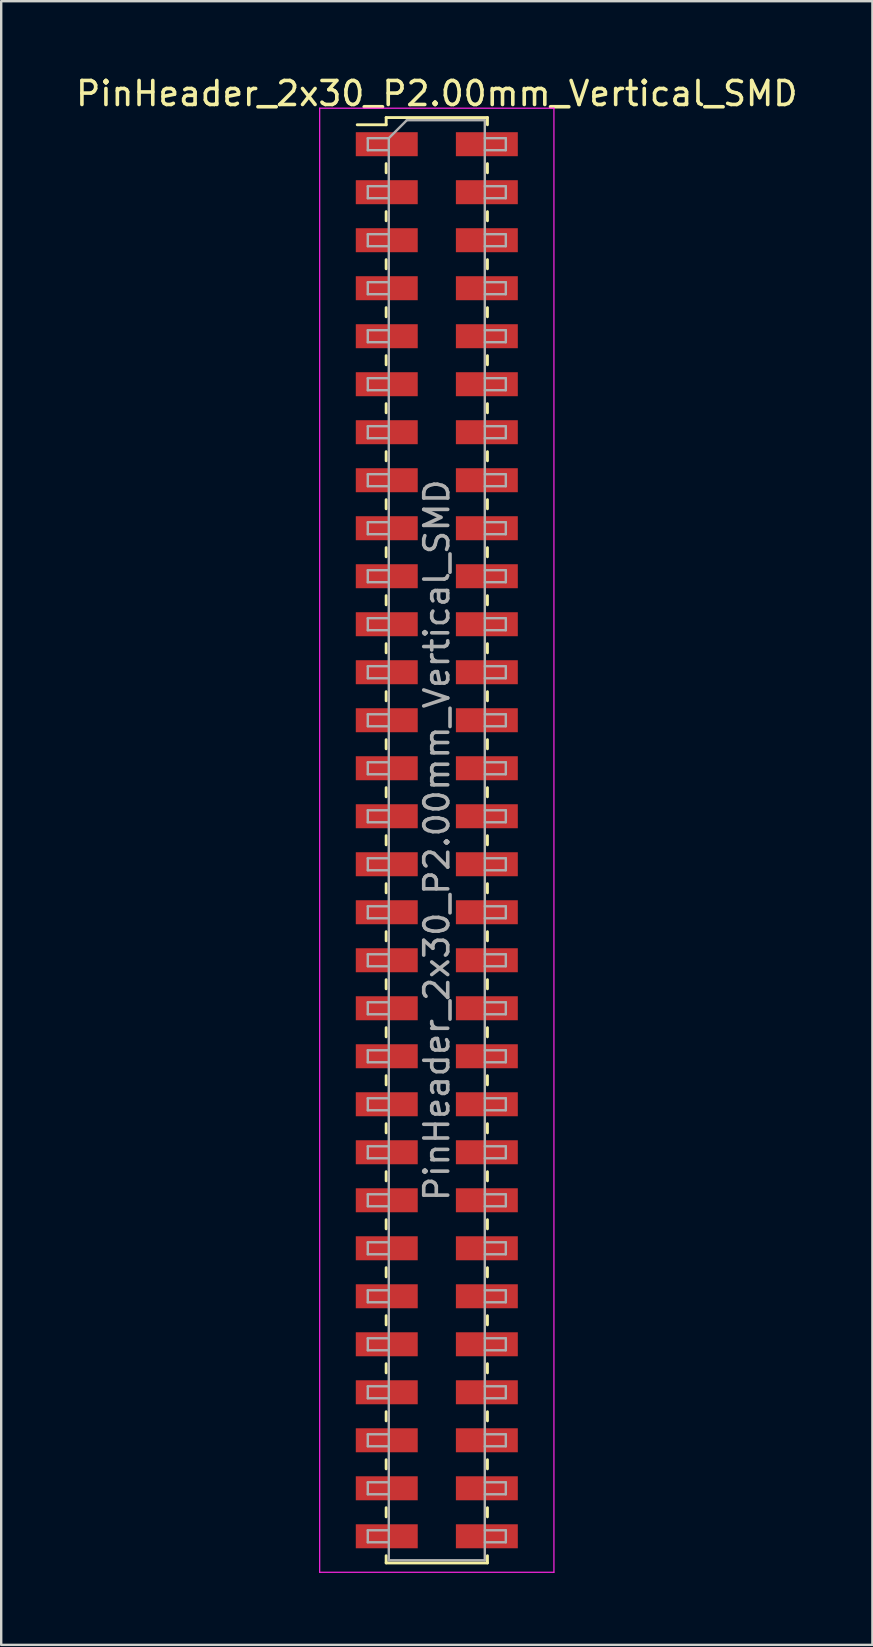
<source format=kicad_pcb>
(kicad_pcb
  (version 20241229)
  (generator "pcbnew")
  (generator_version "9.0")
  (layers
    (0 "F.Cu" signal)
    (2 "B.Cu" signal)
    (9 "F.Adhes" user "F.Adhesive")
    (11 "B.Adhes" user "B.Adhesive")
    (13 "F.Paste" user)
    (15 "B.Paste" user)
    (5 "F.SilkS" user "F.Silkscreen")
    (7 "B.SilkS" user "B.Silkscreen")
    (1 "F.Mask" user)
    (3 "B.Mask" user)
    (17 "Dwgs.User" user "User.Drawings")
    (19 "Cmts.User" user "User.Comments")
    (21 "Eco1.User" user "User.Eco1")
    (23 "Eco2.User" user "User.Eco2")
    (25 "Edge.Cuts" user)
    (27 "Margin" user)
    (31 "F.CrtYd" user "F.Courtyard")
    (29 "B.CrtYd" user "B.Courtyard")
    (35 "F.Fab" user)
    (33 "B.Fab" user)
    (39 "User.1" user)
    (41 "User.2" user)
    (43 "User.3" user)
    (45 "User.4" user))
  (footprint "PinHeader_2x30_P2.00mm_Vertical_SMD"
    (layer "F.Cu")
    (at 15.149 31.958)
    (property "Reference" "PinHeader_2x30_P2.00mm_Vertical_SMD" (at 0 -31.11 0) (layer "F.SilkS") (effects (font (size 1 1) (thickness 0.15))))
    (attr smd)
    (fp_line (start -3.315 -29.81) (end -2.11 -29.81) (stroke (width 0.12) (type solid)) (layer "F.SilkS"))
    (fp_line (start -2.11 -30.11) (end -2.11 -29.81) (stroke (width 0.12) (type solid)) (layer "F.SilkS"))
    (fp_line (start -2.11 -30.11) (end 2.11 -30.11) (stroke (width 0.12) (type solid)) (layer "F.SilkS"))
    (fp_line (start -2.11 -28.19) (end -2.11 -27.81) (stroke (width 0.12) (type solid)) (layer "F.SilkS"))
    (fp_line (start -2.11 -26.19) (end -2.11 -25.81) (stroke (width 0.12) (type solid)) (layer "F.SilkS"))
    (fp_line (start -2.11 -24.19) (end -2.11 -23.81) (stroke (width 0.12) (type solid)) (layer "F.SilkS"))
    (fp_line (start -2.11 -22.19) (end -2.11 -21.81) (stroke (width 0.12) (type solid)) (layer "F.SilkS"))
    (fp_line (start -2.11 -20.19) (end -2.11 -19.81) (stroke (width 0.12) (type solid)) (layer "F.SilkS"))
    (fp_line (start -2.11 -18.19) (end -2.11 -17.81) (stroke (width 0.12) (type solid)) (layer "F.SilkS"))
    (fp_line (start -2.11 -16.19) (end -2.11 -15.81) (stroke (width 0.12) (type solid)) (layer "F.SilkS"))
    (fp_line (start -2.11 -14.19) (end -2.11 -13.81) (stroke (width 0.12) (type solid)) (layer "F.SilkS"))
    (fp_line (start -2.11 -12.19) (end -2.11 -11.81) (stroke (width 0.12) (type solid)) (layer "F.SilkS"))
    (fp_line (start -2.11 -10.19) (end -2.11 -9.81) (stroke (width 0.12) (type solid)) (layer "F.SilkS"))
    (fp_line (start -2.11 -8.19) (end -2.11 -7.81) (stroke (width 0.12) (type solid)) (layer "F.SilkS"))
    (fp_line (start -2.11 -6.19) (end -2.11 -5.81) (stroke (width 0.12) (type solid)) (layer "F.SilkS"))
    (fp_line (start -2.11 -4.19) (end -2.11 -3.81) (stroke (width 0.12) (type solid)) (layer "F.SilkS"))
    (fp_line (start -2.11 -2.19) (end -2.11 -1.81) (stroke (width 0.12) (type solid)) (layer "F.SilkS"))
    (fp_line (start -2.11 -0.19) (end -2.11 0.19) (stroke (width 0.12) (type solid)) (layer "F.SilkS"))
    (fp_line (start -2.11 1.81) (end -2.11 2.19) (stroke (width 0.12) (type solid)) (layer "F.SilkS"))
    (fp_line (start -2.11 3.81) (end -2.11 4.19) (stroke (width 0.12) (type solid)) (layer "F.SilkS"))
    (fp_line (start -2.11 5.81) (end -2.11 6.19) (stroke (width 0.12) (type solid)) (layer "F.SilkS"))
    (fp_line (start -2.11 7.81) (end -2.11 8.19) (stroke (width 0.12) (type solid)) (layer "F.SilkS"))
    (fp_line (start -2.11 9.81) (end -2.11 10.19) (stroke (width 0.12) (type solid)) (layer "F.SilkS"))
    (fp_line (start -2.11 11.81) (end -2.11 12.19) (stroke (width 0.12) (type solid)) (layer "F.SilkS"))
    (fp_line (start -2.11 13.81) (end -2.11 14.19) (stroke (width 0.12) (type solid)) (layer "F.SilkS"))
    (fp_line (start -2.11 15.81) (end -2.11 16.19) (stroke (width 0.12) (type solid)) (layer "F.SilkS"))
    (fp_line (start -2.11 17.81) (end -2.11 18.19) (stroke (width 0.12) (type solid)) (layer "F.SilkS"))
    (fp_line (start -2.11 19.81) (end -2.11 20.19) (stroke (width 0.12) (type solid)) (layer "F.SilkS"))
    (fp_line (start -2.11 21.81) (end -2.11 22.19) (stroke (width 0.12) (type solid)) (layer "F.SilkS"))
    (fp_line (start -2.11 23.81) (end -2.11 24.19) (stroke (width 0.12) (type solid)) (layer "F.SilkS"))
    (fp_line (start -2.11 25.81) (end -2.11 26.19) (stroke (width 0.12) (type solid)) (layer "F.SilkS"))
    (fp_line (start -2.11 27.81) (end -2.11 28.19) (stroke (width 0.12) (type solid)) (layer "F.SilkS"))
    (fp_line (start -2.11 29.81) (end -2.11 30.11) (stroke (width 0.12) (type solid)) (layer "F.SilkS"))
    (fp_line (start -2.11 30.11) (end 2.11 30.11) (stroke (width 0.12) (type solid)) (layer "F.SilkS"))
    (fp_line (start 2.11 -30.11) (end 2.11 -29.81) (stroke (width 0.12) (type solid)) (layer "F.SilkS"))
    (fp_line (start 2.11 -28.19) (end 2.11 -27.81) (stroke (width 0.12) (type solid)) (layer "F.SilkS"))
    (fp_line (start 2.11 -26.19) (end 2.11 -25.81) (stroke (width 0.12) (type solid)) (layer "F.SilkS"))
    (fp_line (start 2.11 -24.19) (end 2.11 -23.81) (stroke (width 0.12) (type solid)) (layer "F.SilkS"))
    (fp_line (start 2.11 -22.19) (end 2.11 -21.81) (stroke (width 0.12) (type solid)) (layer "F.SilkS"))
    (fp_line (start 2.11 -20.19) (end 2.11 -19.81) (stroke (width 0.12) (type solid)) (layer "F.SilkS"))
    (fp_line (start 2.11 -18.19) (end 2.11 -17.81) (stroke (width 0.12) (type solid)) (layer "F.SilkS"))
    (fp_line (start 2.11 -16.19) (end 2.11 -15.81) (stroke (width 0.12) (type solid)) (layer "F.SilkS"))
    (fp_line (start 2.11 -14.19) (end 2.11 -13.81) (stroke (width 0.12) (type solid)) (layer "F.SilkS"))
    (fp_line (start 2.11 -12.19) (end 2.11 -11.81) (stroke (width 0.12) (type solid)) (layer "F.SilkS"))
    (fp_line (start 2.11 -10.19) (end 2.11 -9.81) (stroke (width 0.12) (type solid)) (layer "F.SilkS"))
    (fp_line (start 2.11 -8.19) (end 2.11 -7.81) (stroke (width 0.12) (type solid)) (layer "F.SilkS"))
    (fp_line (start 2.11 -6.19) (end 2.11 -5.81) (stroke (width 0.12) (type solid)) (layer "F.SilkS"))
    (fp_line (start 2.11 -4.19) (end 2.11 -3.81) (stroke (width 0.12) (type solid)) (layer "F.SilkS"))
    (fp_line (start 2.11 -2.19) (end 2.11 -1.81) (stroke (width 0.12) (type solid)) (layer "F.SilkS"))
    (fp_line (start 2.11 -0.19) (end 2.11 0.19) (stroke (width 0.12) (type solid)) (layer "F.SilkS"))
    (fp_line (start 2.11 1.81) (end 2.11 2.19) (stroke (width 0.12) (type solid)) (layer "F.SilkS"))
    (fp_line (start 2.11 3.81) (end 2.11 4.19) (stroke (width 0.12) (type solid)) (layer "F.SilkS"))
    (fp_line (start 2.11 5.81) (end 2.11 6.19) (stroke (width 0.12) (type solid)) (layer "F.SilkS"))
    (fp_line (start 2.11 7.81) (end 2.11 8.19) (stroke (width 0.12) (type solid)) (layer "F.SilkS"))
    (fp_line (start 2.11 9.81) (end 2.11 10.19) (stroke (width 0.12) (type solid)) (layer "F.SilkS"))
    (fp_line (start 2.11 11.81) (end 2.11 12.19) (stroke (width 0.12) (type solid)) (layer "F.SilkS"))
    (fp_line (start 2.11 13.81) (end 2.11 14.19) (stroke (width 0.12) (type solid)) (layer "F.SilkS"))
    (fp_line (start 2.11 15.81) (end 2.11 16.19) (stroke (width 0.12) (type solid)) (layer "F.SilkS"))
    (fp_line (start 2.11 17.81) (end 2.11 18.19) (stroke (width 0.12) (type solid)) (layer "F.SilkS"))
    (fp_line (start 2.11 19.81) (end 2.11 20.19) (stroke (width 0.12) (type solid)) (layer "F.SilkS"))
    (fp_line (start 2.11 21.81) (end 2.11 22.19) (stroke (width 0.12) (type solid)) (layer "F.SilkS"))
    (fp_line (start 2.11 23.81) (end 2.11 24.19) (stroke (width 0.12) (type solid)) (layer "F.SilkS"))
    (fp_line (start 2.11 25.81) (end 2.11 26.19) (stroke (width 0.12) (type solid)) (layer "F.SilkS"))
    (fp_line (start 2.11 27.81) (end 2.11 28.19) (stroke (width 0.12) (type solid)) (layer "F.SilkS"))
    (fp_line (start 2.11 29.81) (end 2.11 30.11) (stroke (width 0.12) (type solid)) (layer "F.SilkS"))
    (fp_line (start -4.88 -30.5) (end -4.88 30.5) (stroke (width 0.05) (type solid)) (layer "F.CrtYd"))
    (fp_line (start -4.88 30.5) (end 4.88 30.5) (stroke (width 0.05) (type solid)) (layer "F.CrtYd"))
    (fp_line (start 4.88 -30.5) (end -4.88 -30.5) (stroke (width 0.05) (type solid)) (layer "F.CrtYd"))
    (fp_line (start 4.88 30.5) (end 4.88 -30.5) (stroke (width 0.05) (type solid)) (layer "F.CrtYd"))
    (fp_line (start -2.875 -29.25) (end -2.875 -28.75) (stroke (width 0.1) (type solid)) (layer "F.Fab"))
    (fp_line (start -2.875 -28.75) (end -2 -28.75) (stroke (width 0.1) (type solid)) (layer "F.Fab"))
    (fp_line (start -2.875 -27.25) (end -2.875 -26.75) (stroke (width 0.1) (type solid)) (layer "F.Fab"))
    (fp_line (start -2.875 -26.75) (end -2 -26.75) (stroke (width 0.1) (type solid)) (layer "F.Fab"))
    (fp_line (start -2.875 -25.25) (end -2.875 -24.75) (stroke (width 0.1) (type solid)) (layer "F.Fab"))
    (fp_line (start -2.875 -24.75) (end -2 -24.75) (stroke (width 0.1) (type solid)) (layer "F.Fab"))
    (fp_line (start -2.875 -23.25) (end -2.875 -22.75) (stroke (width 0.1) (type solid)) (layer "F.Fab"))
    (fp_line (start -2.875 -22.75) (end -2 -22.75) (stroke (width 0.1) (type solid)) (layer "F.Fab"))
    (fp_line (start -2.875 -21.25) (end -2.875 -20.75) (stroke (width 0.1) (type solid)) (layer "F.Fab"))
    (fp_line (start -2.875 -20.75) (end -2 -20.75) (stroke (width 0.1) (type solid)) (layer "F.Fab"))
    (fp_line (start -2.875 -19.25) (end -2.875 -18.75) (stroke (width 0.1) (type solid)) (layer "F.Fab"))
    (fp_line (start -2.875 -18.75) (end -2 -18.75) (stroke (width 0.1) (type solid)) (layer "F.Fab"))
    (fp_line (start -2.875 -17.25) (end -2.875 -16.75) (stroke (width 0.1) (type solid)) (layer "F.Fab"))
    (fp_line (start -2.875 -16.75) (end -2 -16.75) (stroke (width 0.1) (type solid)) (layer "F.Fab"))
    (fp_line (start -2.875 -15.25) (end -2.875 -14.75) (stroke (width 0.1) (type solid)) (layer "F.Fab"))
    (fp_line (start -2.875 -14.75) (end -2 -14.75) (stroke (width 0.1) (type solid)) (layer "F.Fab"))
    (fp_line (start -2.875 -13.25) (end -2.875 -12.75) (stroke (width 0.1) (type solid)) (layer "F.Fab"))
    (fp_line (start -2.875 -12.75) (end -2 -12.75) (stroke (width 0.1) (type solid)) (layer "F.Fab"))
    (fp_line (start -2.875 -11.25) (end -2.875 -10.75) (stroke (width 0.1) (type solid)) (layer "F.Fab"))
    (fp_line (start -2.875 -10.75) (end -2 -10.75) (stroke (width 0.1) (type solid)) (layer "F.Fab"))
    (fp_line (start -2.875 -9.25) (end -2.875 -8.75) (stroke (width 0.1) (type solid)) (layer "F.Fab"))
    (fp_line (start -2.875 -8.75) (end -2 -8.75) (stroke (width 0.1) (type solid)) (layer "F.Fab"))
    (fp_line (start -2.875 -7.25) (end -2.875 -6.75) (stroke (width 0.1) (type solid)) (layer "F.Fab"))
    (fp_line (start -2.875 -6.75) (end -2 -6.75) (stroke (width 0.1) (type solid)) (layer "F.Fab"))
    (fp_line (start -2.875 -5.25) (end -2.875 -4.75) (stroke (width 0.1) (type solid)) (layer "F.Fab"))
    (fp_line (start -2.875 -4.75) (end -2 -4.75) (stroke (width 0.1) (type solid)) (layer "F.Fab"))
    (fp_line (start -2.875 -3.25) (end -2.875 -2.75) (stroke (width 0.1) (type solid)) (layer "F.Fab"))
    (fp_line (start -2.875 -2.75) (end -2 -2.75) (stroke (width 0.1) (type solid)) (layer "F.Fab"))
    (fp_line (start -2.875 -1.25) (end -2.875 -0.75) (stroke (width 0.1) (type solid)) (layer "F.Fab"))
    (fp_line (start -2.875 -0.75) (end -2 -0.75) (stroke (width 0.1) (type solid)) (layer "F.Fab"))
    (fp_line (start -2.875 0.75) (end -2.875 1.25) (stroke (width 0.1) (type solid)) (layer "F.Fab"))
    (fp_line (start -2.875 1.25) (end -2 1.25) (stroke (width 0.1) (type solid)) (layer "F.Fab"))
    (fp_line (start -2.875 2.75) (end -2.875 3.25) (stroke (width 0.1) (type solid)) (layer "F.Fab"))
    (fp_line (start -2.875 3.25) (end -2 3.25) (stroke (width 0.1) (type solid)) (layer "F.Fab"))
    (fp_line (start -2.875 4.75) (end -2.875 5.25) (stroke (width 0.1) (type solid)) (layer "F.Fab"))
    (fp_line (start -2.875 5.25) (end -2 5.25) (stroke (width 0.1) (type solid)) (layer "F.Fab"))
    (fp_line (start -2.875 6.75) (end -2.875 7.25) (stroke (width 0.1) (type solid)) (layer "F.Fab"))
    (fp_line (start -2.875 7.25) (end -2 7.25) (stroke (width 0.1) (type solid)) (layer "F.Fab"))
    (fp_line (start -2.875 8.75) (end -2.875 9.25) (stroke (width 0.1) (type solid)) (layer "F.Fab"))
    (fp_line (start -2.875 9.25) (end -2 9.25) (stroke (width 0.1) (type solid)) (layer "F.Fab"))
    (fp_line (start -2.875 10.75) (end -2.875 11.25) (stroke (width 0.1) (type solid)) (layer "F.Fab"))
    (fp_line (start -2.875 11.25) (end -2 11.25) (stroke (width 0.1) (type solid)) (layer "F.Fab"))
    (fp_line (start -2.875 12.75) (end -2.875 13.25) (stroke (width 0.1) (type solid)) (layer "F.Fab"))
    (fp_line (start -2.875 13.25) (end -2 13.25) (stroke (width 0.1) (type solid)) (layer "F.Fab"))
    (fp_line (start -2.875 14.75) (end -2.875 15.25) (stroke (width 0.1) (type solid)) (layer "F.Fab"))
    (fp_line (start -2.875 15.25) (end -2 15.25) (stroke (width 0.1) (type solid)) (layer "F.Fab"))
    (fp_line (start -2.875 16.75) (end -2.875 17.25) (stroke (width 0.1) (type solid)) (layer "F.Fab"))
    (fp_line (start -2.875 17.25) (end -2 17.25) (stroke (width 0.1) (type solid)) (layer "F.Fab"))
    (fp_line (start -2.875 18.75) (end -2.875 19.25) (stroke (width 0.1) (type solid)) (layer "F.Fab"))
    (fp_line (start -2.875 19.25) (end -2 19.25) (stroke (width 0.1) (type solid)) (layer "F.Fab"))
    (fp_line (start -2.875 20.75) (end -2.875 21.25) (stroke (width 0.1) (type solid)) (layer "F.Fab"))
    (fp_line (start -2.875 21.25) (end -2 21.25) (stroke (width 0.1) (type solid)) (layer "F.Fab"))
    (fp_line (start -2.875 22.75) (end -2.875 23.25) (stroke (width 0.1) (type solid)) (layer "F.Fab"))
    (fp_line (start -2.875 23.25) (end -2 23.25) (stroke (width 0.1) (type solid)) (layer "F.Fab"))
    (fp_line (start -2.875 24.75) (end -2.875 25.25) (stroke (width 0.1) (type solid)) (layer "F.Fab"))
    (fp_line (start -2.875 25.25) (end -2 25.25) (stroke (width 0.1) (type solid)) (layer "F.Fab"))
    (fp_line (start -2.875 26.75) (end -2.875 27.25) (stroke (width 0.1) (type solid)) (layer "F.Fab"))
    (fp_line (start -2.875 27.25) (end -2 27.25) (stroke (width 0.1) (type solid)) (layer "F.Fab"))
    (fp_line (start -2.875 28.75) (end -2.875 29.25) (stroke (width 0.1) (type solid)) (layer "F.Fab"))
    (fp_line (start -2.875 29.25) (end -2 29.25) (stroke (width 0.1) (type solid)) (layer "F.Fab"))
    (fp_line (start -2 -29.25) (end -2.875 -29.25) (stroke (width 0.1) (type solid)) (layer "F.Fab"))
    (fp_line (start -2 -29.25) (end -1.25 -30) (stroke (width 0.1) (type solid)) (layer "F.Fab"))
    (fp_line (start -2 -27.25) (end -2.875 -27.25) (stroke (width 0.1) (type solid)) (layer "F.Fab"))
    (fp_line (start -2 -25.25) (end -2.875 -25.25) (stroke (width 0.1) (type solid)) (layer "F.Fab"))
    (fp_line (start -2 -23.25) (end -2.875 -23.25) (stroke (width 0.1) (type solid)) (layer "F.Fab"))
    (fp_line (start -2 -21.25) (end -2.875 -21.25) (stroke (width 0.1) (type solid)) (layer "F.Fab"))
    (fp_line (start -2 -19.25) (end -2.875 -19.25) (stroke (width 0.1) (type solid)) (layer "F.Fab"))
    (fp_line (start -2 -17.25) (end -2.875 -17.25) (stroke (width 0.1) (type solid)) (layer "F.Fab"))
    (fp_line (start -2 -15.25) (end -2.875 -15.25) (stroke (width 0.1) (type solid)) (layer "F.Fab"))
    (fp_line (start -2 -13.25) (end -2.875 -13.25) (stroke (width 0.1) (type solid)) (layer "F.Fab"))
    (fp_line (start -2 -11.25) (end -2.875 -11.25) (stroke (width 0.1) (type solid)) (layer "F.Fab"))
    (fp_line (start -2 -9.25) (end -2.875 -9.25) (stroke (width 0.1) (type solid)) (layer "F.Fab"))
    (fp_line (start -2 -7.25) (end -2.875 -7.25) (stroke (width 0.1) (type solid)) (layer "F.Fab"))
    (fp_line (start -2 -5.25) (end -2.875 -5.25) (stroke (width 0.1) (type solid)) (layer "F.Fab"))
    (fp_line (start -2 -3.25) (end -2.875 -3.25) (stroke (width 0.1) (type solid)) (layer "F.Fab"))
    (fp_line (start -2 -1.25) (end -2.875 -1.25) (stroke (width 0.1) (type solid)) (layer "F.Fab"))
    (fp_line (start -2 0.75) (end -2.875 0.75) (stroke (width 0.1) (type solid)) (layer "F.Fab"))
    (fp_line (start -2 2.75) (end -2.875 2.75) (stroke (width 0.1) (type solid)) (layer "F.Fab"))
    (fp_line (start -2 4.75) (end -2.875 4.75) (stroke (width 0.1) (type solid)) (layer "F.Fab"))
    (fp_line (start -2 6.75) (end -2.875 6.75) (stroke (width 0.1) (type solid)) (layer "F.Fab"))
    (fp_line (start -2 8.75) (end -2.875 8.75) (stroke (width 0.1) (type solid)) (layer "F.Fab"))
    (fp_line (start -2 10.75) (end -2.875 10.75) (stroke (width 0.1) (type solid)) (layer "F.Fab"))
    (fp_line (start -2 12.75) (end -2.875 12.75) (stroke (width 0.1) (type solid)) (layer "F.Fab"))
    (fp_line (start -2 14.75) (end -2.875 14.75) (stroke (width 0.1) (type solid)) (layer "F.Fab"))
    (fp_line (start -2 16.75) (end -2.875 16.75) (stroke (width 0.1) (type solid)) (layer "F.Fab"))
    (fp_line (start -2 18.75) (end -2.875 18.75) (stroke (width 0.1) (type solid)) (layer "F.Fab"))
    (fp_line (start -2 20.75) (end -2.875 20.75) (stroke (width 0.1) (type solid)) (layer "F.Fab"))
    (fp_line (start -2 22.75) (end -2.875 22.75) (stroke (width 0.1) (type solid)) (layer "F.Fab"))
    (fp_line (start -2 24.75) (end -2.875 24.75) (stroke (width 0.1) (type solid)) (layer "F.Fab"))
    (fp_line (start -2 26.75) (end -2.875 26.75) (stroke (width 0.1) (type solid)) (layer "F.Fab"))
    (fp_line (start -2 28.75) (end -2.875 28.75) (stroke (width 0.1) (type solid)) (layer "F.Fab"))
    (fp_line (start -2 30) (end -2 -29.25) (stroke (width 0.1) (type solid)) (layer "F.Fab"))
    (fp_line (start -1.25 -30) (end 2 -30) (stroke (width 0.1) (type solid)) (layer "F.Fab"))
    (fp_line (start 2 -30) (end 2 30) (stroke (width 0.1) (type solid)) (layer "F.Fab"))
    (fp_line (start 2 -29.25) (end 2.875 -29.25) (stroke (width 0.1) (type solid)) (layer "F.Fab"))
    (fp_line (start 2 -27.25) (end 2.875 -27.25) (stroke (width 0.1) (type solid)) (layer "F.Fab"))
    (fp_line (start 2 -25.25) (end 2.875 -25.25) (stroke (width 0.1) (type solid)) (layer "F.Fab"))
    (fp_line (start 2 -23.25) (end 2.875 -23.25) (stroke (width 0.1) (type solid)) (layer "F.Fab"))
    (fp_line (start 2 -21.25) (end 2.875 -21.25) (stroke (width 0.1) (type solid)) (layer "F.Fab"))
    (fp_line (start 2 -19.25) (end 2.875 -19.25) (stroke (width 0.1) (type solid)) (layer "F.Fab"))
    (fp_line (start 2 -17.25) (end 2.875 -17.25) (stroke (width 0.1) (type solid)) (layer "F.Fab"))
    (fp_line (start 2 -15.25) (end 2.875 -15.25) (stroke (width 0.1) (type solid)) (layer "F.Fab"))
    (fp_line (start 2 -13.25) (end 2.875 -13.25) (stroke (width 0.1) (type solid)) (layer "F.Fab"))
    (fp_line (start 2 -11.25) (end 2.875 -11.25) (stroke (width 0.1) (type solid)) (layer "F.Fab"))
    (fp_line (start 2 -9.25) (end 2.875 -9.25) (stroke (width 0.1) (type solid)) (layer "F.Fab"))
    (fp_line (start 2 -7.25) (end 2.875 -7.25) (stroke (width 0.1) (type solid)) (layer "F.Fab"))
    (fp_line (start 2 -5.25) (end 2.875 -5.25) (stroke (width 0.1) (type solid)) (layer "F.Fab"))
    (fp_line (start 2 -3.25) (end 2.875 -3.25) (stroke (width 0.1) (type solid)) (layer "F.Fab"))
    (fp_line (start 2 -1.25) (end 2.875 -1.25) (stroke (width 0.1) (type solid)) (layer "F.Fab"))
    (fp_line (start 2 0.75) (end 2.875 0.75) (stroke (width 0.1) (type solid)) (layer "F.Fab"))
    (fp_line (start 2 2.75) (end 2.875 2.75) (stroke (width 0.1) (type solid)) (layer "F.Fab"))
    (fp_line (start 2 4.75) (end 2.875 4.75) (stroke (width 0.1) (type solid)) (layer "F.Fab"))
    (fp_line (start 2 6.75) (end 2.875 6.75) (stroke (width 0.1) (type solid)) (layer "F.Fab"))
    (fp_line (start 2 8.75) (end 2.875 8.75) (stroke (width 0.1) (type solid)) (layer "F.Fab"))
    (fp_line (start 2 10.75) (end 2.875 10.75) (stroke (width 0.1) (type solid)) (layer "F.Fab"))
    (fp_line (start 2 12.75) (end 2.875 12.75) (stroke (width 0.1) (type solid)) (layer "F.Fab"))
    (fp_line (start 2 14.75) (end 2.875 14.75) (stroke (width 0.1) (type solid)) (layer "F.Fab"))
    (fp_line (start 2 16.75) (end 2.875 16.75) (stroke (width 0.1) (type solid)) (layer "F.Fab"))
    (fp_line (start 2 18.75) (end 2.875 18.75) (stroke (width 0.1) (type solid)) (layer "F.Fab"))
    (fp_line (start 2 20.75) (end 2.875 20.75) (stroke (width 0.1) (type solid)) (layer "F.Fab"))
    (fp_line (start 2 22.75) (end 2.875 22.75) (stroke (width 0.1) (type solid)) (layer "F.Fab"))
    (fp_line (start 2 24.75) (end 2.875 24.75) (stroke (width 0.1) (type solid)) (layer "F.Fab"))
    (fp_line (start 2 26.75) (end 2.875 26.75) (stroke (width 0.1) (type solid)) (layer "F.Fab"))
    (fp_line (start 2 28.75) (end 2.875 28.75) (stroke (width 0.1) (type solid)) (layer "F.Fab"))
    (fp_line (start 2 30) (end -2 30) (stroke (width 0.1) (type solid)) (layer "F.Fab"))
    (fp_line (start 2.875 -29.25) (end 2.875 -28.75) (stroke (width 0.1) (type solid)) (layer "F.Fab"))
    (fp_line (start 2.875 -28.75) (end 2 -28.75) (stroke (width 0.1) (type solid)) (layer "F.Fab"))
    (fp_line (start 2.875 -27.25) (end 2.875 -26.75) (stroke (width 0.1) (type solid)) (layer "F.Fab"))
    (fp_line (start 2.875 -26.75) (end 2 -26.75) (stroke (width 0.1) (type solid)) (layer "F.Fab"))
    (fp_line (start 2.875 -25.25) (end 2.875 -24.75) (stroke (width 0.1) (type solid)) (layer "F.Fab"))
    (fp_line (start 2.875 -24.75) (end 2 -24.75) (stroke (width 0.1) (type solid)) (layer "F.Fab"))
    (fp_line (start 2.875 -23.25) (end 2.875 -22.75) (stroke (width 0.1) (type solid)) (layer "F.Fab"))
    (fp_line (start 2.875 -22.75) (end 2 -22.75) (stroke (width 0.1) (type solid)) (layer "F.Fab"))
    (fp_line (start 2.875 -21.25) (end 2.875 -20.75) (stroke (width 0.1) (type solid)) (layer "F.Fab"))
    (fp_line (start 2.875 -20.75) (end 2 -20.75) (stroke (width 0.1) (type solid)) (layer "F.Fab"))
    (fp_line (start 2.875 -19.25) (end 2.875 -18.75) (stroke (width 0.1) (type solid)) (layer "F.Fab"))
    (fp_line (start 2.875 -18.75) (end 2 -18.75) (stroke (width 0.1) (type solid)) (layer "F.Fab"))
    (fp_line (start 2.875 -17.25) (end 2.875 -16.75) (stroke (width 0.1) (type solid)) (layer "F.Fab"))
    (fp_line (start 2.875 -16.75) (end 2 -16.75) (stroke (width 0.1) (type solid)) (layer "F.Fab"))
    (fp_line (start 2.875 -15.25) (end 2.875 -14.75) (stroke (width 0.1) (type solid)) (layer "F.Fab"))
    (fp_line (start 2.875 -14.75) (end 2 -14.75) (stroke (width 0.1) (type solid)) (layer "F.Fab"))
    (fp_line (start 2.875 -13.25) (end 2.875 -12.75) (stroke (width 0.1) (type solid)) (layer "F.Fab"))
    (fp_line (start 2.875 -12.75) (end 2 -12.75) (stroke (width 0.1) (type solid)) (layer "F.Fab"))
    (fp_line (start 2.875 -11.25) (end 2.875 -10.75) (stroke (width 0.1) (type solid)) (layer "F.Fab"))
    (fp_line (start 2.875 -10.75) (end 2 -10.75) (stroke (width 0.1) (type solid)) (layer "F.Fab"))
    (fp_line (start 2.875 -9.25) (end 2.875 -8.75) (stroke (width 0.1) (type solid)) (layer "F.Fab"))
    (fp_line (start 2.875 -8.75) (end 2 -8.75) (stroke (width 0.1) (type solid)) (layer "F.Fab"))
    (fp_line (start 2.875 -7.25) (end 2.875 -6.75) (stroke (width 0.1) (type solid)) (layer "F.Fab"))
    (fp_line (start 2.875 -6.75) (end 2 -6.75) (stroke (width 0.1) (type solid)) (layer "F.Fab"))
    (fp_line (start 2.875 -5.25) (end 2.875 -4.75) (stroke (width 0.1) (type solid)) (layer "F.Fab"))
    (fp_line (start 2.875 -4.75) (end 2 -4.75) (stroke (width 0.1) (type solid)) (layer "F.Fab"))
    (fp_line (start 2.875 -3.25) (end 2.875 -2.75) (stroke (width 0.1) (type solid)) (layer "F.Fab"))
    (fp_line (start 2.875 -2.75) (end 2 -2.75) (stroke (width 0.1) (type solid)) (layer "F.Fab"))
    (fp_line (start 2.875 -1.25) (end 2.875 -0.75) (stroke (width 0.1) (type solid)) (layer "F.Fab"))
    (fp_line (start 2.875 -0.75) (end 2 -0.75) (stroke (width 0.1) (type solid)) (layer "F.Fab"))
    (fp_line (start 2.875 0.75) (end 2.875 1.25) (stroke (width 0.1) (type solid)) (layer "F.Fab"))
    (fp_line (start 2.875 1.25) (end 2 1.25) (stroke (width 0.1) (type solid)) (layer "F.Fab"))
    (fp_line (start 2.875 2.75) (end 2.875 3.25) (stroke (width 0.1) (type solid)) (layer "F.Fab"))
    (fp_line (start 2.875 3.25) (end 2 3.25) (stroke (width 0.1) (type solid)) (layer "F.Fab"))
    (fp_line (start 2.875 4.75) (end 2.875 5.25) (stroke (width 0.1) (type solid)) (layer "F.Fab"))
    (fp_line (start 2.875 5.25) (end 2 5.25) (stroke (width 0.1) (type solid)) (layer "F.Fab"))
    (fp_line (start 2.875 6.75) (end 2.875 7.25) (stroke (width 0.1) (type solid)) (layer "F.Fab"))
    (fp_line (start 2.875 7.25) (end 2 7.25) (stroke (width 0.1) (type solid)) (layer "F.Fab"))
    (fp_line (start 2.875 8.75) (end 2.875 9.25) (stroke (width 0.1) (type solid)) (layer "F.Fab"))
    (fp_line (start 2.875 9.25) (end 2 9.25) (stroke (width 0.1) (type solid)) (layer "F.Fab"))
    (fp_line (start 2.875 10.75) (end 2.875 11.25) (stroke (width 0.1) (type solid)) (layer "F.Fab"))
    (fp_line (start 2.875 11.25) (end 2 11.25) (stroke (width 0.1) (type solid)) (layer "F.Fab"))
    (fp_line (start 2.875 12.75) (end 2.875 13.25) (stroke (width 0.1) (type solid)) (layer "F.Fab"))
    (fp_line (start 2.875 13.25) (end 2 13.25) (stroke (width 0.1) (type solid)) (layer "F.Fab"))
    (fp_line (start 2.875 14.75) (end 2.875 15.25) (stroke (width 0.1) (type solid)) (layer "F.Fab"))
    (fp_line (start 2.875 15.25) (end 2 15.25) (stroke (width 0.1) (type solid)) (layer "F.Fab"))
    (fp_line (start 2.875 16.75) (end 2.875 17.25) (stroke (width 0.1) (type solid)) (layer "F.Fab"))
    (fp_line (start 2.875 17.25) (end 2 17.25) (stroke (width 0.1) (type solid)) (layer "F.Fab"))
    (fp_line (start 2.875 18.75) (end 2.875 19.25) (stroke (width 0.1) (type solid)) (layer "F.Fab"))
    (fp_line (start 2.875 19.25) (end 2 19.25) (stroke (width 0.1) (type solid)) (layer "F.Fab"))
    (fp_line (start 2.875 20.75) (end 2.875 21.25) (stroke (width 0.1) (type solid)) (layer "F.Fab"))
    (fp_line (start 2.875 21.25) (end 2 21.25) (stroke (width 0.1) (type solid)) (layer "F.Fab"))
    (fp_line (start 2.875 22.75) (end 2.875 23.25) (stroke (width 0.1) (type solid)) (layer "F.Fab"))
    (fp_line (start 2.875 23.25) (end 2 23.25) (stroke (width 0.1) (type solid)) (layer "F.Fab"))
    (fp_line (start 2.875 24.75) (end 2.875 25.25) (stroke (width 0.1) (type solid)) (layer "F.Fab"))
    (fp_line (start 2.875 25.25) (end 2 25.25) (stroke (width 0.1) (type solid)) (layer "F.Fab"))
    (fp_line (start 2.875 26.75) (end 2.875 27.25) (stroke (width 0.1) (type solid)) (layer "F.Fab"))
    (fp_line (start 2.875 27.25) (end 2 27.25) (stroke (width 0.1) (type solid)) (layer "F.Fab"))
    (fp_line (start 2.875 28.75) (end 2.875 29.25) (stroke (width 0.1) (type solid)) (layer "F.Fab"))
    (fp_line (start 2.875 29.25) (end 2 29.25) (stroke (width 0.1) (type solid)) (layer "F.Fab"))
    (fp_text user "${REFERENCE}" (at 0 0 90) (layer "F.Fab") (effects (font (size 1 1) (thickness 0.15))))
    (pad "1" smd rect (at -2.085 -29) (size 2.58 1) (layers "F.Cu" "F.Mask" "F.Paste"))
    (pad "2" smd rect (at 2.085 -29) (size 2.58 1) (layers "F.Cu" "F.Mask" "F.Paste"))
    (pad "3" smd rect (at -2.085 -27) (size 2.58 1) (layers "F.Cu" "F.Mask" "F.Paste"))
    (pad "4" smd rect (at 2.085 -27) (size 2.58 1) (layers "F.Cu" "F.Mask" "F.Paste"))
    (pad "5" smd rect (at -2.085 -25) (size 2.58 1) (layers "F.Cu" "F.Mask" "F.Paste"))
    (pad "6" smd rect (at 2.085 -25) (size 2.58 1) (layers "F.Cu" "F.Mask" "F.Paste"))
    (pad "7" smd rect (at -2.085 -23) (size 2.58 1) (layers "F.Cu" "F.Mask" "F.Paste"))
    (pad "8" smd rect (at 2.085 -23) (size 2.58 1) (layers "F.Cu" "F.Mask" "F.Paste"))
    (pad "9" smd rect (at -2.085 -21) (size 2.58 1) (layers "F.Cu" "F.Mask" "F.Paste"))
    (pad "10" smd rect (at 2.085 -21) (size 2.58 1) (layers "F.Cu" "F.Mask" "F.Paste"))
    (pad "11" smd rect (at -2.085 -19) (size 2.58 1) (layers "F.Cu" "F.Mask" "F.Paste"))
    (pad "12" smd rect (at 2.085 -19) (size 2.58 1) (layers "F.Cu" "F.Mask" "F.Paste"))
    (pad "13" smd rect (at -2.085 -17) (size 2.58 1) (layers "F.Cu" "F.Mask" "F.Paste"))
    (pad "14" smd rect (at 2.085 -17) (size 2.58 1) (layers "F.Cu" "F.Mask" "F.Paste"))
    (pad "15" smd rect (at -2.085 -15) (size 2.58 1) (layers "F.Cu" "F.Mask" "F.Paste"))
    (pad "16" smd rect (at 2.085 -15) (size 2.58 1) (layers "F.Cu" "F.Mask" "F.Paste"))
    (pad "17" smd rect (at -2.085 -13) (size 2.58 1) (layers "F.Cu" "F.Mask" "F.Paste"))
    (pad "18" smd rect (at 2.085 -13) (size 2.58 1) (layers "F.Cu" "F.Mask" "F.Paste"))
    (pad "19" smd rect (at -2.085 -11) (size 2.58 1) (layers "F.Cu" "F.Mask" "F.Paste"))
    (pad "20" smd rect (at 2.085 -11) (size 2.58 1) (layers "F.Cu" "F.Mask" "F.Paste"))
    (pad "21" smd rect (at -2.085 -9) (size 2.58 1) (layers "F.Cu" "F.Mask" "F.Paste"))
    (pad "22" smd rect (at 2.085 -9) (size 2.58 1) (layers "F.Cu" "F.Mask" "F.Paste"))
    (pad "23" smd rect (at -2.085 -7) (size 2.58 1) (layers "F.Cu" "F.Mask" "F.Paste"))
    (pad "24" smd rect (at 2.085 -7) (size 2.58 1) (layers "F.Cu" "F.Mask" "F.Paste"))
    (pad "25" smd rect (at -2.085 -5) (size 2.58 1) (layers "F.Cu" "F.Mask" "F.Paste"))
    (pad "26" smd rect (at 2.085 -5) (size 2.58 1) (layers "F.Cu" "F.Mask" "F.Paste"))
    (pad "27" smd rect (at -2.085 -3) (size 2.58 1) (layers "F.Cu" "F.Mask" "F.Paste"))
    (pad "28" smd rect (at 2.085 -3) (size 2.58 1) (layers "F.Cu" "F.Mask" "F.Paste"))
    (pad "29" smd rect (at -2.085 -1) (size 2.58 1) (layers "F.Cu" "F.Mask" "F.Paste"))
    (pad "30" smd rect (at 2.085 -1) (size 2.58 1) (layers "F.Cu" "F.Mask" "F.Paste"))
    (pad "31" smd rect (at -2.085 1) (size 2.58 1) (layers "F.Cu" "F.Mask" "F.Paste"))
    (pad "32" smd rect (at 2.085 1) (size 2.58 1) (layers "F.Cu" "F.Mask" "F.Paste"))
    (pad "33" smd rect (at -2.085 3) (size 2.58 1) (layers "F.Cu" "F.Mask" "F.Paste"))
    (pad "34" smd rect (at 2.085 3) (size 2.58 1) (layers "F.Cu" "F.Mask" "F.Paste"))
    (pad "35" smd rect (at -2.085 5) (size 2.58 1) (layers "F.Cu" "F.Mask" "F.Paste"))
    (pad "36" smd rect (at 2.085 5) (size 2.58 1) (layers "F.Cu" "F.Mask" "F.Paste"))
    (pad "37" smd rect (at -2.085 7) (size 2.58 1) (layers "F.Cu" "F.Mask" "F.Paste"))
    (pad "38" smd rect (at 2.085 7) (size 2.58 1) (layers "F.Cu" "F.Mask" "F.Paste"))
    (pad "39" smd rect (at -2.085 9) (size 2.58 1) (layers "F.Cu" "F.Mask" "F.Paste"))
    (pad "40" smd rect (at 2.085 9) (size 2.58 1) (layers "F.Cu" "F.Mask" "F.Paste"))
    (pad "41" smd rect (at -2.085 11) (size 2.58 1) (layers "F.Cu" "F.Mask" "F.Paste"))
    (pad "42" smd rect (at 2.085 11) (size 2.58 1) (layers "F.Cu" "F.Mask" "F.Paste"))
    (pad "43" smd rect (at -2.085 13) (size 2.58 1) (layers "F.Cu" "F.Mask" "F.Paste"))
    (pad "44" smd rect (at 2.085 13) (size 2.58 1) (layers "F.Cu" "F.Mask" "F.Paste"))
    (pad "45" smd rect (at -2.085 15) (size 2.58 1) (layers "F.Cu" "F.Mask" "F.Paste"))
    (pad "46" smd rect (at 2.085 15) (size 2.58 1) (layers "F.Cu" "F.Mask" "F.Paste"))
    (pad "47" smd rect (at -2.085 17) (size 2.58 1) (layers "F.Cu" "F.Mask" "F.Paste"))
    (pad "48" smd rect (at 2.085 17) (size 2.58 1) (layers "F.Cu" "F.Mask" "F.Paste"))
    (pad "49" smd rect (at -2.085 19) (size 2.58 1) (layers "F.Cu" "F.Mask" "F.Paste"))
    (pad "50" smd rect (at 2.085 19) (size 2.58 1) (layers "F.Cu" "F.Mask" "F.Paste"))
    (pad "51" smd rect (at -2.085 21) (size 2.58 1) (layers "F.Cu" "F.Mask" "F.Paste"))
    (pad "52" smd rect (at 2.085 21) (size 2.58 1) (layers "F.Cu" "F.Mask" "F.Paste"))
    (pad "53" smd rect (at -2.085 23) (size 2.58 1) (layers "F.Cu" "F.Mask" "F.Paste"))
    (pad "54" smd rect (at 2.085 23) (size 2.58 1) (layers "F.Cu" "F.Mask" "F.Paste"))
    (pad "55" smd rect (at -2.085 25) (size 2.58 1) (layers "F.Cu" "F.Mask" "F.Paste"))
    (pad "56" smd rect (at 2.085 25) (size 2.58 1) (layers "F.Cu" "F.Mask" "F.Paste"))
    (pad "57" smd rect (at -2.085 27) (size 2.58 1) (layers "F.Cu" "F.Mask" "F.Paste"))
    (pad "58" smd rect (at 2.085 27) (size 2.58 1) (layers "F.Cu" "F.Mask" "F.Paste"))
    (pad "59" smd rect (at -2.085 29) (size 2.58 1) (layers "F.Cu" "F.Mask" "F.Paste"))
    (pad "60" smd rect (at 2.085 29) (size 2.58 1) (layers "F.Cu" "F.Mask" "F.Paste")))
  (gr_rect
    (start -3 -3)
    (end 33.298 65.483)
    (stroke (width 0.1) (type default))
    (fill no)
    (layer "Edge.Cuts")))
</source>
